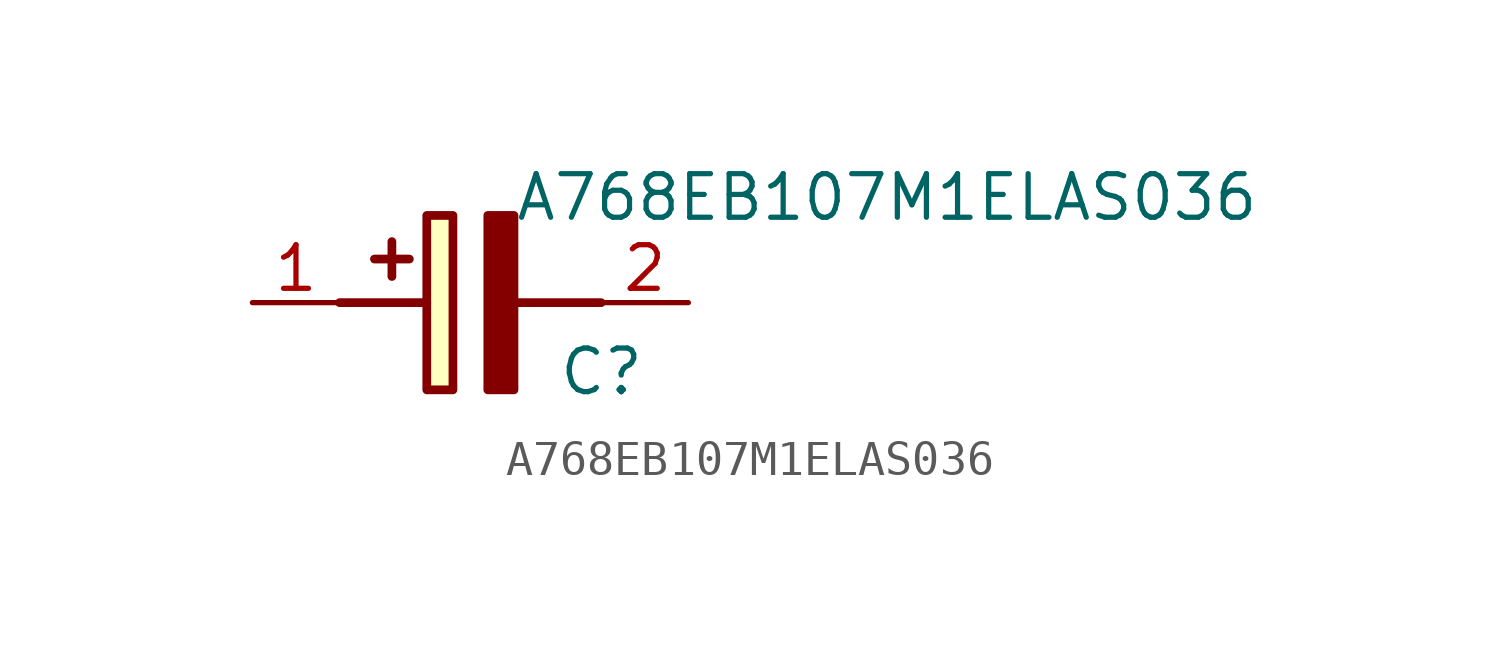
<source format=kicad_sym>
(kicad_symbol_lib
  (version 20241209)
  (generator "kicad_symbol_editor")
  (generator_version "9.0")
  (symbol "A768EB107M1ELAS036"
    (pin_names
      (hide yes))
    (property "Reference" "C"
      (at 10.16 -1.27 0)
      (effects (font (size 1.27 1.27)) (justify left top)))
    (property "Value" "A768EB107M1ELAS036"
      (at 8.89 3.81 0)
      (effects (font (size 1.27 1.27)) (justify left top)))
    (symbol "A768EB107M1ELAS036_1_1"
      (polyline (pts (xy 3.81 0) (xy 6.35 0)) (stroke (width 0.254) (type default)) (fill (type none)))
      (polyline (pts (xy 5.334 1.778) (xy 5.334 0.762)) (stroke (width 0.254) (type default)) (fill (type none)))
      (polyline (pts (xy 5.842 1.27) (xy 4.826 1.27)) (stroke (width 0.254) (type default)) (fill (type none)))
      (rectangle (start 6.35 2.54) (end 7.112 -2.54) (stroke (width 0.254) (type default)) (fill (type background)))
      (polyline (pts (xy 8.89 2.54) (xy 8.89 -2.54) (xy 8.128 -2.54) (xy 8.128 2.54) (xy 8.89 2.54)) (stroke (width 0.254) (type default)) (fill (type outline)))
      (polyline (pts (xy 8.89 0) (xy 11.43 0)) (stroke (width 0.254) (type default)) (fill (type none)))
      (pin passive line (at 1.27 0 0) (length 2.54) (name "+" (effects (font (size 1.27 1.27)))) (number "1" (effects (font (size 1.27 1.27)))))
      (pin passive line (at 13.97 0 180) (length 2.54) (name "-" (effects (font (size 1.27 1.27)))) (number "2" (effects (font (size 1.27 1.27))))))))
</source>
